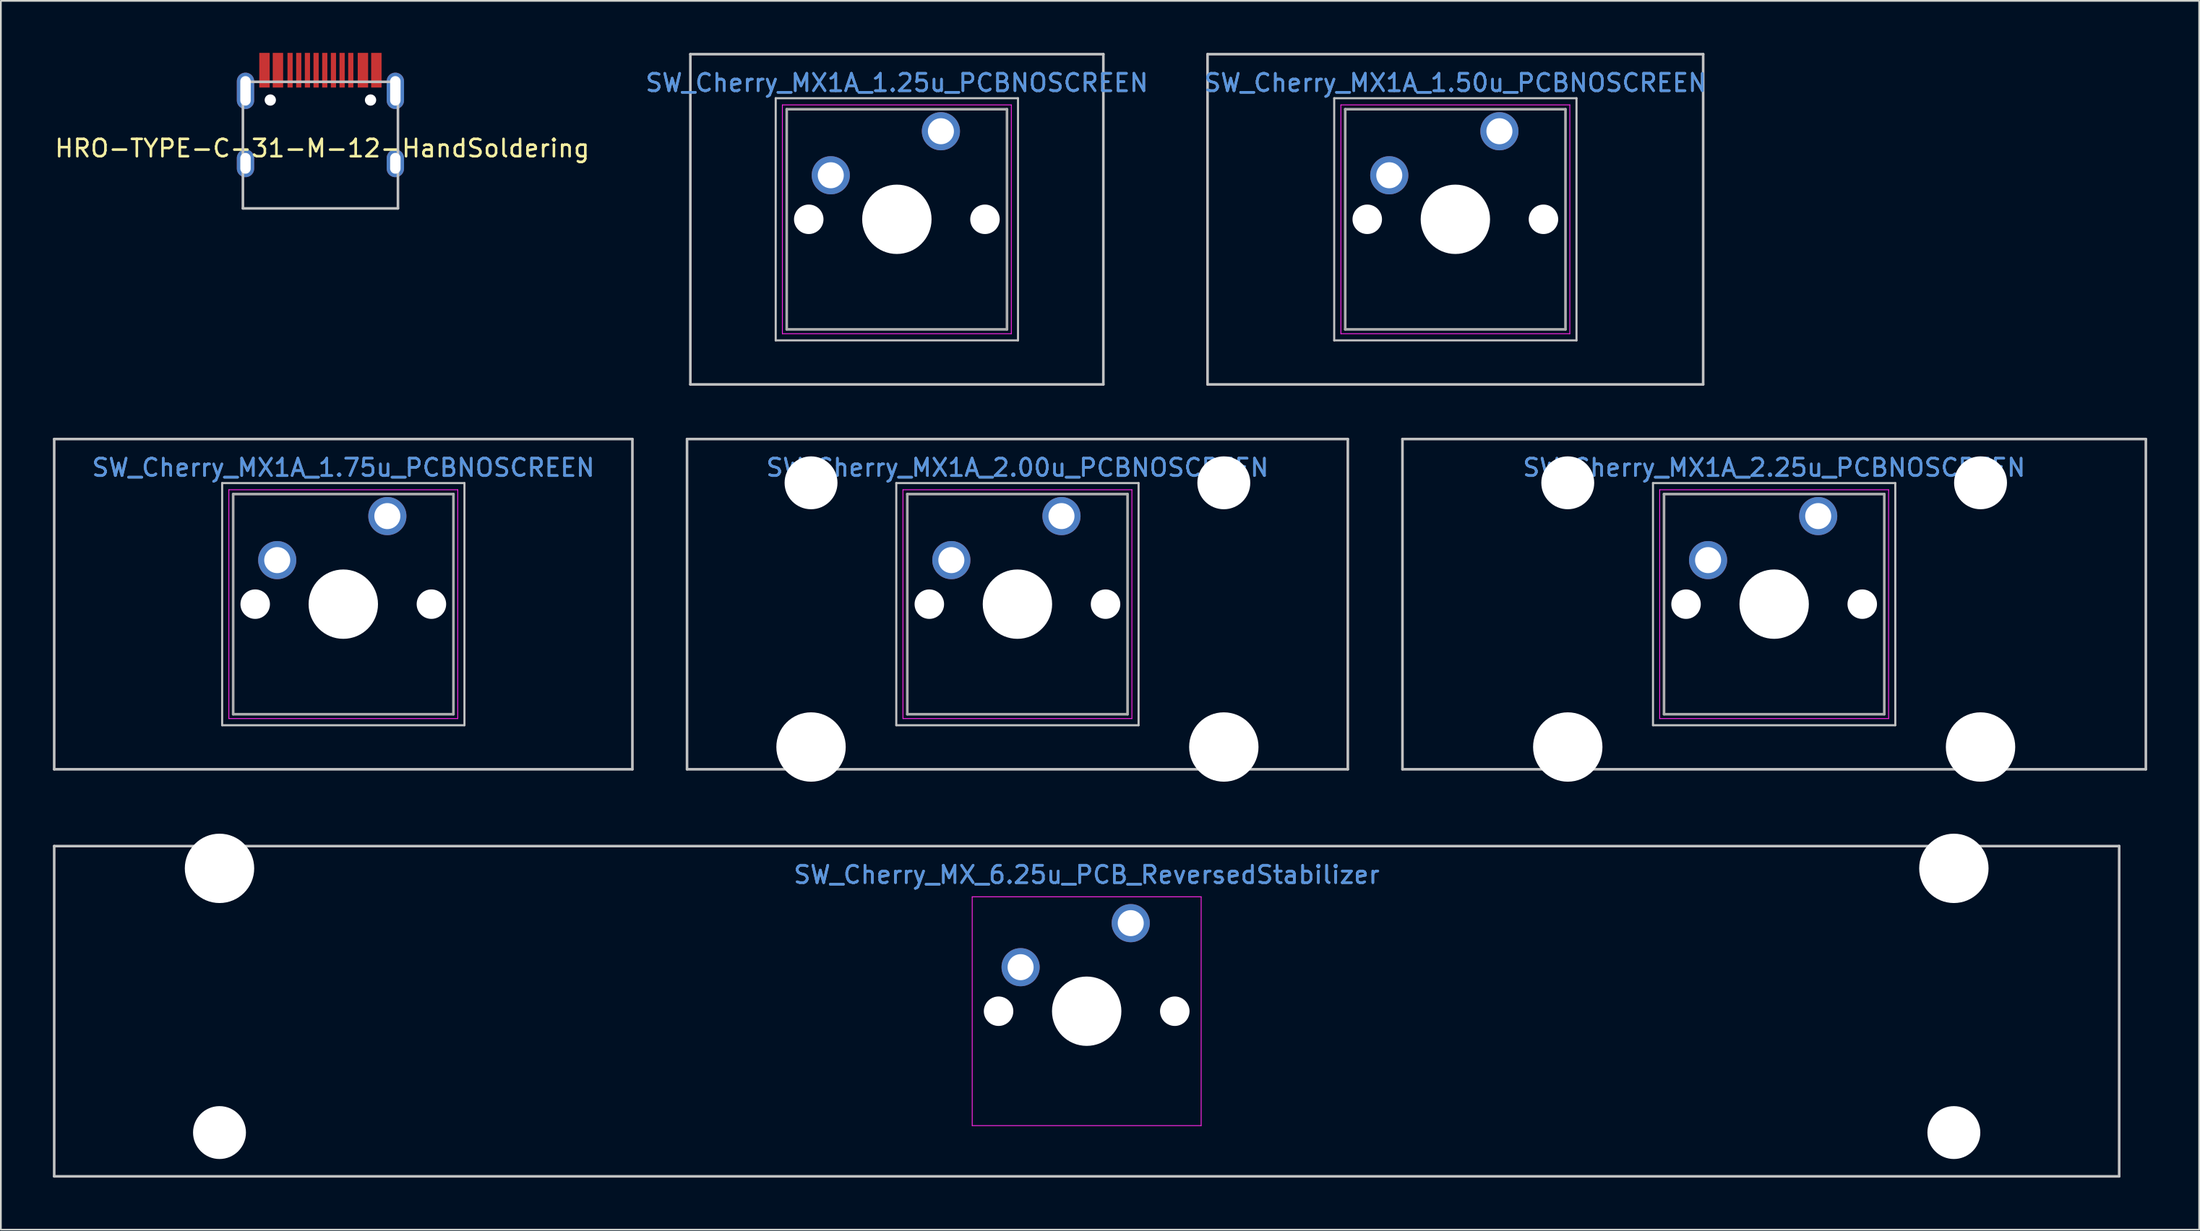
<source format=kicad_pcb>
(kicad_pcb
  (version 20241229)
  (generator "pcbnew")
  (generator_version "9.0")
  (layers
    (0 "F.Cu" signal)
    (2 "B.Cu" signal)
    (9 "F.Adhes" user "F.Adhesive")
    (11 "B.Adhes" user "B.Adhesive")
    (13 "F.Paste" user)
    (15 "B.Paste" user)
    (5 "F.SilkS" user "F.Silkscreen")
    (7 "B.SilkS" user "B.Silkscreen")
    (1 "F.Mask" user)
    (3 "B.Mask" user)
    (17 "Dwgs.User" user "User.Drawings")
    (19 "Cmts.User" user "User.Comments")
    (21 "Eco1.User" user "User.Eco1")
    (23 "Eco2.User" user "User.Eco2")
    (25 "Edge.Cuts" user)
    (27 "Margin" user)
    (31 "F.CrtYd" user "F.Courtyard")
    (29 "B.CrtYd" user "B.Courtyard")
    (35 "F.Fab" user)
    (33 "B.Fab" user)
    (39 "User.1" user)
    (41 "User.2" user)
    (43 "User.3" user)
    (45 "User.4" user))
  (footprint "SW_Cherry_MX1A_1.25u_PCBNOSCREEN"
    (layer "F.Cu")
    (at 51.201 4.52)
    (property "Reference" "SW_Cherry_MX1A_1.25u_PCBNOSCREEN" (at -2.54 -2.794 0) (layer "Cmts.User") (effects (font (size 1 1) (thickness 0.15))))
    (attr through_hole)
    (fp_line (start -14.446 -4.445) (end 9.366 -4.445) (stroke (width 0.15) (type solid)) (layer "Dwgs.User"))
    (fp_line (start -14.446 14.605) (end -14.446 -4.445) (stroke (width 0.15) (type solid)) (layer "Dwgs.User"))
    (fp_line (start -9.525 -1.905) (end 4.445 -1.905) (stroke (width 0.12) (type solid)) (layer "Dwgs.User"))
    (fp_line (start -9.525 12.065) (end -9.525 -1.905) (stroke (width 0.12) (type solid)) (layer "Dwgs.User"))
    (fp_line (start 4.445 -1.905) (end 4.445 12.065) (stroke (width 0.12) (type solid)) (layer "Dwgs.User"))
    (fp_line (start 4.445 12.065) (end -9.525 12.065) (stroke (width 0.12) (type solid)) (layer "Dwgs.User"))
    (fp_line (start 9.366 -4.445) (end 9.366 14.605) (stroke (width 0.15) (type solid)) (layer "Dwgs.User"))
    (fp_line (start 9.366 14.605) (end -14.446 14.605) (stroke (width 0.15) (type solid)) (layer "Dwgs.User"))
    (fp_line (start -9.14 -1.52) (end 4.06 -1.52) (stroke (width 0.05) (type solid)) (layer "F.CrtYd"))
    (fp_line (start -9.14 11.68) (end -9.14 -1.52) (stroke (width 0.05) (type solid)) (layer "F.CrtYd"))
    (fp_line (start 4.06 -1.52) (end 4.06 11.68) (stroke (width 0.05) (type solid)) (layer "F.CrtYd"))
    (fp_line (start 4.06 11.68) (end -9.14 11.68) (stroke (width 0.05) (type solid)) (layer "F.CrtYd"))
    (fp_line (start -8.89 -1.27) (end 3.81 -1.27) (stroke (width 0.15) (type solid)) (layer "F.Fab"))
    (fp_line (start -8.89 11.43) (end -8.89 -1.27) (stroke (width 0.15) (type solid)) (layer "F.Fab"))
    (fp_line (start 3.81 -1.27) (end 3.81 11.43) (stroke (width 0.15) (type solid)) (layer "F.Fab"))
    (fp_line (start 3.81 11.43) (end -8.89 11.43) (stroke (width 0.15) (type solid)) (layer "F.Fab"))
    (fp_text user "${REFERENCE}" (at -2.54 -2.794 0) (layer "F.Fab") (effects (font (size 1 1) (thickness 0.15))))
    (pad "" np_thru_hole circle (at -7.62 5.08) (size 1.7 1.7) (drill 1.7) (layers "*.Cu" "*.Mask"))
    (pad "" np_thru_hole circle (at -2.54 5.08) (size 4 4) (drill 4) (layers "*.Cu" "*.Mask"))
    (pad "" np_thru_hole circle (at 2.54 5.08) (size 1.7 1.7) (drill 1.7) (layers "*.Cu" "*.Mask"))
    (pad "1" thru_hole circle (at 0 0) (size 2.2 2.2) (drill 1.5) (layers "*.Cu" "*.Mask"))
    (pad "2" thru_hole circle (at -6.35 2.54) (size 2.2 2.2) (drill 1.5) (layers "*.Cu" "*.Mask")))
  (footprint "HRO-TYPE-C-31-M-12-HandSoldering"
    (layer "F.Cu")
    (at 15.425 8.97)
    (property "Reference" "HRO-TYPE-C-31-M-12-HandSoldering" (at 0.105 -3.465 0) (layer "F.SilkS") (effects (font (size 1 1) (thickness 0.15))))
    (attr smd)
    (fp_line (start -4.47 -7.3) (end 4.47 -7.3) (stroke (width 0.15) (type solid)) (layer "Dwgs.User"))
    (fp_line (start -4.47 0) (end -4.47 -7.3) (stroke (width 0.15) (type solid)) (layer "Dwgs.User"))
    (fp_line (start -4.47 0) (end 4.47 0) (stroke (width 0.15) (type solid)) (layer "Dwgs.User"))
    (fp_line (start 4.47 0) (end 4.47 -7.3) (stroke (width 0.15) (type solid)) (layer "Dwgs.User"))
    (pad "" np_thru_hole circle (at -2.89 -6.25) (size 0.65 0.65) (drill 0.65) (layers "*.Cu" "*.Mask"))
    (pad "" np_thru_hole circle (at 2.89 -6.25) (size 0.65 0.65) (drill 0.65) (layers "*.Cu" "*.Mask"))
    (pad "1" smd rect (at -3.225 -7.97) (size 0.6 2) (layers "F.Cu" "F.Mask" "F.Paste"))
    (pad "2" smd rect (at -2.45 -7.97) (size 0.6 2) (layers "F.Cu" "F.Mask" "F.Paste"))
    (pad "3" smd rect (at -1.75 -7.97) (size 0.3 2) (layers "F.Cu" "F.Mask" "F.Paste"))
    (pad "4" smd rect (at -1.25 -7.97) (size 0.3 2) (layers "F.Cu" "F.Mask" "F.Paste"))
    (pad "5" smd rect (at -0.75 -7.97) (size 0.3 2) (layers "F.Cu" "F.Mask" "F.Paste"))
    (pad "6" smd rect (at -0.25 -7.97) (size 0.3 2) (layers "F.Cu" "F.Mask" "F.Paste"))
    (pad "7" smd rect (at 0.25 -7.97) (size 0.3 2) (layers "F.Cu" "F.Mask" "F.Paste"))
    (pad "8" smd rect (at 0.75 -7.97) (size 0.3 2) (layers "F.Cu" "F.Mask" "F.Paste"))
    (pad "9" smd rect (at 1.25 -7.97) (size 0.3 2) (layers "F.Cu" "F.Mask" "F.Paste"))
    (pad "10" smd rect (at 1.75 -7.97) (size 0.3 2) (layers "F.Cu" "F.Mask" "F.Paste"))
    (pad "11" smd rect (at 2.45 -7.97) (size 0.6 2) (layers "F.Cu" "F.Mask" "F.Paste"))
    (pad "12" smd rect (at 3.225 -7.97) (size 0.6 2) (layers "F.Cu" "F.Mask" "F.Paste"))
    (pad "13" thru_hole oval (at -4.32 -6.78) (size 1 2.1) (drill oval 0.6 1.7) (layers "*.Cu" "B.Mask"))
    (pad "13" thru_hole oval (at -4.32 -2.6) (size 1 1.6) (drill oval 0.6 1.2) (layers "*.Cu" "B.Mask"))
    (pad "13" thru_hole oval (at 4.32 -6.78) (size 1 2.1) (drill oval 0.6 1.7) (layers "*.Cu" "B.Mask"))
    (pad "13" thru_hole oval (at 4.32 -2.6) (size 1 1.6) (drill oval 0.6 1.2) (layers "*.Cu" "B.Mask")))
  (footprint "SW_Cherry_MX1A_2.25u_PCBNOSCREEN"
    (layer "F.Cu")
    (at 101.784 26.72)
    (property "Reference" "SW_Cherry_MX1A_2.25u_PCBNOSCREEN" (at -2.54 -2.794 0) (layer "Cmts.User") (effects (font (size 1 1) (thickness 0.15))))
    (attr through_hole)
    (fp_line (start -23.971 -4.445) (end 18.891 -4.445) (stroke (width 0.15) (type solid)) (layer "Dwgs.User"))
    (fp_line (start -23.971 14.605) (end -23.971 -4.445) (stroke (width 0.15) (type solid)) (layer "Dwgs.User"))
    (fp_line (start -9.525 -1.905) (end 4.445 -1.905) (stroke (width 0.12) (type solid)) (layer "Dwgs.User"))
    (fp_line (start -9.525 12.065) (end -9.525 -1.905) (stroke (width 0.12) (type solid)) (layer "Dwgs.User"))
    (fp_line (start 4.445 -1.905) (end 4.445 12.065) (stroke (width 0.12) (type solid)) (layer "Dwgs.User"))
    (fp_line (start 4.445 12.065) (end -9.525 12.065) (stroke (width 0.12) (type solid)) (layer "Dwgs.User"))
    (fp_line (start 18.891 -4.445) (end 18.891 14.605) (stroke (width 0.15) (type solid)) (layer "Dwgs.User"))
    (fp_line (start 18.891 14.605) (end -23.971 14.605) (stroke (width 0.15) (type solid)) (layer "Dwgs.User"))
    (fp_line (start -9.14 -1.52) (end 4.06 -1.52) (stroke (width 0.05) (type solid)) (layer "F.CrtYd"))
    (fp_line (start -9.14 11.68) (end -9.14 -1.52) (stroke (width 0.05) (type solid)) (layer "F.CrtYd"))
    (fp_line (start 4.06 -1.52) (end 4.06 11.68) (stroke (width 0.05) (type solid)) (layer "F.CrtYd"))
    (fp_line (start 4.06 11.68) (end -9.14 11.68) (stroke (width 0.05) (type solid)) (layer "F.CrtYd"))
    (fp_line (start -8.89 -1.27) (end 3.81 -1.27) (stroke (width 0.15) (type solid)) (layer "F.Fab"))
    (fp_line (start -8.89 11.43) (end -8.89 -1.27) (stroke (width 0.15) (type solid)) (layer "F.Fab"))
    (fp_line (start 3.81 -1.27) (end 3.81 11.43) (stroke (width 0.15) (type solid)) (layer "F.Fab"))
    (fp_line (start 3.81 11.43) (end -8.89 11.43) (stroke (width 0.15) (type solid)) (layer "F.Fab"))
    (fp_text user "${REFERENCE}" (at -2.54 -2.794 0) (layer "F.Fab") (effects (font (size 1 1) (thickness 0.15))))
    (pad "" np_thru_hole circle (at -14.44 -1.92) (size 3.05 3.05) (drill 3.05) (layers "*.Cu" "*.Mask"))
    (pad "" np_thru_hole circle (at -14.44 13.32) (size 4 4) (drill 4) (layers "*.Cu" "*.Mask"))
    (pad "" np_thru_hole circle (at -7.62 5.08) (size 1.7 1.7) (drill 1.7) (layers "*.Cu" "*.Mask"))
    (pad "" np_thru_hole circle (at -2.54 5.08) (size 4 4) (drill 4) (layers "*.Cu" "*.Mask"))
    (pad "" np_thru_hole circle (at 2.54 5.08) (size 1.7 1.7) (drill 1.7) (layers "*.Cu" "*.Mask"))
    (pad "" np_thru_hole circle (at 9.36 -1.92) (size 3.05 3.05) (drill 3.05) (layers "*.Cu" "*.Mask"))
    (pad "" np_thru_hole circle (at 9.36 13.32) (size 4 4) (drill 4) (layers "*.Cu" "*.Mask"))
    (pad "1" thru_hole circle (at 0 0) (size 2.2 2.2) (drill 1.5) (layers "*.Cu" "*.Mask"))
    (pad "2" thru_hole circle (at -6.35 2.54) (size 2.2 2.2) (drill 1.5) (layers "*.Cu" "*.Mask")))
  (footprint "SW_Cherry_MX1A_2.00u_PCBNOSCREEN"
    (layer "F.Cu")
    (at 58.153 26.72)
    (property "Reference" "SW_Cherry_MX1A_2.00u_PCBNOSCREEN" (at -2.54 -2.794 0) (layer "Cmts.User") (effects (font (size 1 1) (thickness 0.15))))
    (attr through_hole)
    (fp_line (start -21.59 -4.445) (end 16.51 -4.445) (stroke (width 0.15) (type solid)) (layer "Dwgs.User"))
    (fp_line (start -21.59 14.605) (end -21.59 -4.445) (stroke (width 0.15) (type solid)) (layer "Dwgs.User"))
    (fp_line (start -9.525 -1.905) (end 4.445 -1.905) (stroke (width 0.12) (type solid)) (layer "Dwgs.User"))
    (fp_line (start -9.525 12.065) (end -9.525 -1.905) (stroke (width 0.12) (type solid)) (layer "Dwgs.User"))
    (fp_line (start 4.445 -1.905) (end 4.445 12.065) (stroke (width 0.12) (type solid)) (layer "Dwgs.User"))
    (fp_line (start 4.445 12.065) (end -9.525 12.065) (stroke (width 0.12) (type solid)) (layer "Dwgs.User"))
    (fp_line (start 16.51 -4.445) (end 16.51 14.605) (stroke (width 0.15) (type solid)) (layer "Dwgs.User"))
    (fp_line (start 16.51 14.605) (end -21.59 14.605) (stroke (width 0.15) (type solid)) (layer "Dwgs.User"))
    (fp_line (start -9.14 -1.52) (end 4.06 -1.52) (stroke (width 0.05) (type solid)) (layer "F.CrtYd"))
    (fp_line (start -9.14 11.68) (end -9.14 -1.52) (stroke (width 0.05) (type solid)) (layer "F.CrtYd"))
    (fp_line (start 4.06 -1.52) (end 4.06 11.68) (stroke (width 0.05) (type solid)) (layer "F.CrtYd"))
    (fp_line (start 4.06 11.68) (end -9.14 11.68) (stroke (width 0.05) (type solid)) (layer "F.CrtYd"))
    (fp_line (start -8.89 -1.27) (end 3.81 -1.27) (stroke (width 0.15) (type solid)) (layer "F.Fab"))
    (fp_line (start -8.89 11.43) (end -8.89 -1.27) (stroke (width 0.15) (type solid)) (layer "F.Fab"))
    (fp_line (start 3.81 -1.27) (end 3.81 11.43) (stroke (width 0.15) (type solid)) (layer "F.Fab"))
    (fp_line (start 3.81 11.43) (end -8.89 11.43) (stroke (width 0.15) (type solid)) (layer "F.Fab"))
    (fp_text user "${REFERENCE}" (at -2.54 -2.794 0) (layer "F.Fab") (effects (font (size 1 1) (thickness 0.15))))
    (pad "" np_thru_hole circle (at -14.44 -1.92) (size 3.05 3.05) (drill 3.05) (layers "*.Cu" "*.Mask"))
    (pad "" np_thru_hole circle (at -14.44 13.32) (size 4 4) (drill 4) (layers "*.Cu" "*.Mask"))
    (pad "" np_thru_hole circle (at -7.62 5.08) (size 1.7 1.7) (drill 1.7) (layers "*.Cu" "*.Mask"))
    (pad "" np_thru_hole circle (at -2.54 5.08) (size 4 4) (drill 4) (layers "*.Cu" "*.Mask"))
    (pad "" np_thru_hole circle (at 2.54 5.08) (size 1.7 1.7) (drill 1.7) (layers "*.Cu" "*.Mask"))
    (pad "" np_thru_hole circle (at 9.36 -1.92) (size 3.05 3.05) (drill 3.05) (layers "*.Cu" "*.Mask"))
    (pad "" np_thru_hole circle (at 9.36 13.32) (size 4 4) (drill 4) (layers "*.Cu" "*.Mask"))
    (pad "1" thru_hole circle (at 0 0) (size 2.2 2.2) (drill 1.5) (layers "*.Cu" "*.Mask"))
    (pad "2" thru_hole circle (at -6.35 2.54) (size 2.2 2.2) (drill 1.5) (layers "*.Cu" "*.Mask")))
  (footprint "SW_Cherry_MX1A_1.50u_PCBNOSCREEN"
    (layer "F.Cu")
    (at 83.403 4.52)
    (property "Reference" "SW_Cherry_MX1A_1.50u_PCBNOSCREEN" (at -2.54 -2.794 0) (layer "Cmts.User") (effects (font (size 1 1) (thickness 0.15))))
    (attr through_hole)
    (fp_line (start -16.828 -4.445) (end 11.748 -4.445) (stroke (width 0.15) (type solid)) (layer "Dwgs.User"))
    (fp_line (start -16.828 14.605) (end -16.828 -4.445) (stroke (width 0.15) (type solid)) (layer "Dwgs.User"))
    (fp_line (start -9.525 -1.905) (end 4.445 -1.905) (stroke (width 0.12) (type solid)) (layer "Dwgs.User"))
    (fp_line (start -9.525 12.065) (end -9.525 -1.905) (stroke (width 0.12) (type solid)) (layer "Dwgs.User"))
    (fp_line (start 4.445 -1.905) (end 4.445 12.065) (stroke (width 0.12) (type solid)) (layer "Dwgs.User"))
    (fp_line (start 4.445 12.065) (end -9.525 12.065) (stroke (width 0.12) (type solid)) (layer "Dwgs.User"))
    (fp_line (start 11.748 -4.445) (end 11.748 14.605) (stroke (width 0.15) (type solid)) (layer "Dwgs.User"))
    (fp_line (start 11.748 14.605) (end -16.828 14.605) (stroke (width 0.15) (type solid)) (layer "Dwgs.User"))
    (fp_line (start -9.14 -1.52) (end 4.06 -1.52) (stroke (width 0.05) (type solid)) (layer "F.CrtYd"))
    (fp_line (start -9.14 11.68) (end -9.14 -1.52) (stroke (width 0.05) (type solid)) (layer "F.CrtYd"))
    (fp_line (start 4.06 -1.52) (end 4.06 11.68) (stroke (width 0.05) (type solid)) (layer "F.CrtYd"))
    (fp_line (start 4.06 11.68) (end -9.14 11.68) (stroke (width 0.05) (type solid)) (layer "F.CrtYd"))
    (fp_line (start -8.89 -1.27) (end 3.81 -1.27) (stroke (width 0.15) (type solid)) (layer "F.Fab"))
    (fp_line (start -8.89 11.43) (end -8.89 -1.27) (stroke (width 0.15) (type solid)) (layer "F.Fab"))
    (fp_line (start 3.81 -1.27) (end 3.81 11.43) (stroke (width 0.15) (type solid)) (layer "F.Fab"))
    (fp_line (start 3.81 11.43) (end -8.89 11.43) (stroke (width 0.15) (type solid)) (layer "F.Fab"))
    (fp_text user "${REFERENCE}" (at -2.54 -2.794 0) (layer "F.Fab") (effects (font (size 1 1) (thickness 0.15))))
    (pad "" np_thru_hole circle (at -7.62 5.08) (size 1.7 1.7) (drill 1.7) (layers "*.Cu" "*.Mask"))
    (pad "" np_thru_hole circle (at -2.54 5.08) (size 4 4) (drill 4) (layers "*.Cu" "*.Mask"))
    (pad "" np_thru_hole circle (at 2.54 5.08) (size 1.7 1.7) (drill 1.7) (layers "*.Cu" "*.Mask"))
    (pad "1" thru_hole circle (at 0 0) (size 2.2 2.2) (drill 1.5) (layers "*.Cu" "*.Mask"))
    (pad "2" thru_hole circle (at -6.35 2.54) (size 2.2 2.2) (drill 1.5) (layers "*.Cu" "*.Mask")))
  (footprint "SW_Cherry_MX1A_1.75u_PCBNOSCREEN"
    (layer "F.Cu")
    (at 19.284 26.72)
    (property "Reference" "SW_Cherry_MX1A_1.75u_PCBNOSCREEN" (at -2.54 -2.794 0) (layer "Cmts.User") (effects (font (size 1 1) (thickness 0.15))))
    (attr through_hole)
    (fp_line (start -19.209 -4.445) (end 14.129 -4.445) (stroke (width 0.15) (type solid)) (layer "Dwgs.User"))
    (fp_line (start -19.209 14.605) (end -19.209 -4.445) (stroke (width 0.15) (type solid)) (layer "Dwgs.User"))
    (fp_line (start -9.525 -1.905) (end 4.445 -1.905) (stroke (width 0.12) (type solid)) (layer "Dwgs.User"))
    (fp_line (start -9.525 12.065) (end -9.525 -1.905) (stroke (width 0.12) (type solid)) (layer "Dwgs.User"))
    (fp_line (start 4.445 -1.905) (end 4.445 12.065) (stroke (width 0.12) (type solid)) (layer "Dwgs.User"))
    (fp_line (start 4.445 12.065) (end -9.525 12.065) (stroke (width 0.12) (type solid)) (layer "Dwgs.User"))
    (fp_line (start 14.129 -4.445) (end 14.129 14.605) (stroke (width 0.15) (type solid)) (layer "Dwgs.User"))
    (fp_line (start 14.129 14.605) (end -19.209 14.605) (stroke (width 0.15) (type solid)) (layer "Dwgs.User"))
    (fp_line (start -9.14 -1.52) (end 4.06 -1.52) (stroke (width 0.05) (type solid)) (layer "F.CrtYd"))
    (fp_line (start -9.14 11.68) (end -9.14 -1.52) (stroke (width 0.05) (type solid)) (layer "F.CrtYd"))
    (fp_line (start 4.06 -1.52) (end 4.06 11.68) (stroke (width 0.05) (type solid)) (layer "F.CrtYd"))
    (fp_line (start 4.06 11.68) (end -9.14 11.68) (stroke (width 0.05) (type solid)) (layer "F.CrtYd"))
    (fp_line (start -8.89 -1.27) (end 3.81 -1.27) (stroke (width 0.15) (type solid)) (layer "F.Fab"))
    (fp_line (start -8.89 11.43) (end -8.89 -1.27) (stroke (width 0.15) (type solid)) (layer "F.Fab"))
    (fp_line (start 3.81 -1.27) (end 3.81 11.43) (stroke (width 0.15) (type solid)) (layer "F.Fab"))
    (fp_line (start 3.81 11.43) (end -8.89 11.43) (stroke (width 0.15) (type solid)) (layer "F.Fab"))
    (fp_text user "${REFERENCE}" (at -2.54 -2.794 0) (layer "F.Fab") (effects (font (size 1 1) (thickness 0.15))))
    (pad "" np_thru_hole circle (at -7.62 5.08) (size 1.7 1.7) (drill 1.7) (layers "*.Cu" "*.Mask"))
    (pad "" np_thru_hole circle (at -2.54 5.08) (size 4 4) (drill 4) (layers "*.Cu" "*.Mask"))
    (pad "" np_thru_hole circle (at 2.54 5.08) (size 1.7 1.7) (drill 1.7) (layers "*.Cu" "*.Mask"))
    (pad "1" thru_hole circle (at 0 0) (size 2.2 2.2) (drill 1.5) (layers "*.Cu" "*.Mask"))
    (pad "2" thru_hole circle (at -6.35 2.54) (size 2.2 2.2) (drill 1.5) (layers "*.Cu" "*.Mask")))
  (footprint "SW_Cherry_MX_6.25u_PCB_ReversedStabilizer"
    (layer "F.Cu")
    (at 62.146 50.2)
    (property "Reference" "SW_Cherry_MX_6.25u_PCB_ReversedStabilizer" (at -2.54 -2.794 0) (layer "Cmts.User") (effects (font (size 1 1) (thickness 0.15))))
    (attr through_hole)
    (fp_line (start -62.071 -4.445) (end 56.991 -4.445) (stroke (width 0.15) (type solid)) (layer "Dwgs.User"))
    (fp_line (start -62.071 14.605) (end -62.071 -4.445) (stroke (width 0.15) (type solid)) (layer "Dwgs.User"))
    (fp_line (start 56.991 -4.445) (end 56.991 14.605) (stroke (width 0.15) (type solid)) (layer "Dwgs.User"))
    (fp_line (start 56.991 14.605) (end -62.071 14.605) (stroke (width 0.15) (type solid)) (layer "Dwgs.User"))
    (fp_line (start -9.14 -1.52) (end 4.06 -1.52) (stroke (width 0.05) (type solid)) (layer "F.CrtYd"))
    (fp_line (start -9.14 11.68) (end -9.14 -1.52) (stroke (width 0.05) (type solid)) (layer "F.CrtYd"))
    (fp_line (start 4.06 -1.52) (end 4.06 11.68) (stroke (width 0.05) (type solid)) (layer "F.CrtYd"))
    (fp_line (start 4.06 11.68) (end -9.14 11.68) (stroke (width 0.05) (type solid)) (layer "F.CrtYd"))
    (fp_text user "${REFERENCE}" (at -2.54 -2.794 0) (layer "F.Fab") (effects (font (size 1 1) (thickness 0.15))))
    (pad "" np_thru_hole circle (at -52.54 -3.16 180) (size 4 4) (drill 4) (layers "*.Cu" "*.Mask"))
    (pad "" np_thru_hole circle (at -52.54 12.08 180) (size 3.05 3.05) (drill 3.05) (layers "*.Cu" "*.Mask"))
    (pad "" np_thru_hole circle (at -7.62 5.08) (size 1.7 1.7) (drill 1.7) (layers "*.Cu" "*.Mask"))
    (pad "" np_thru_hole circle (at -2.54 5.08) (size 4 4) (drill 4) (layers "*.Cu" "*.Mask"))
    (pad "" np_thru_hole circle (at 2.54 5.08) (size 1.7 1.7) (drill 1.7) (layers "*.Cu" "*.Mask"))
    (pad "" np_thru_hole circle (at 47.46 -3.16 180) (size 4 4) (drill 4) (layers "*.Cu" "*.Mask"))
    (pad "" np_thru_hole circle (at 47.46 12.08 180) (size 3.05 3.05) (drill 3.05) (layers "*.Cu" "*.Mask"))
    (pad "1" thru_hole circle (at 0 0) (size 2.2 2.2) (drill 1.5) (layers "*.Cu" "*.Mask"))
    (pad "2" thru_hole circle (at -6.35 2.54) (size 2.2 2.2) (drill 1.5) (layers "*.Cu" "*.Mask")))
  (gr_rect
    (start -3 -3)
    (end 123.75 67.88)
    (stroke (width 0.1) (type default))
    (fill no)
    (layer "Edge.Cuts")))
</source>
